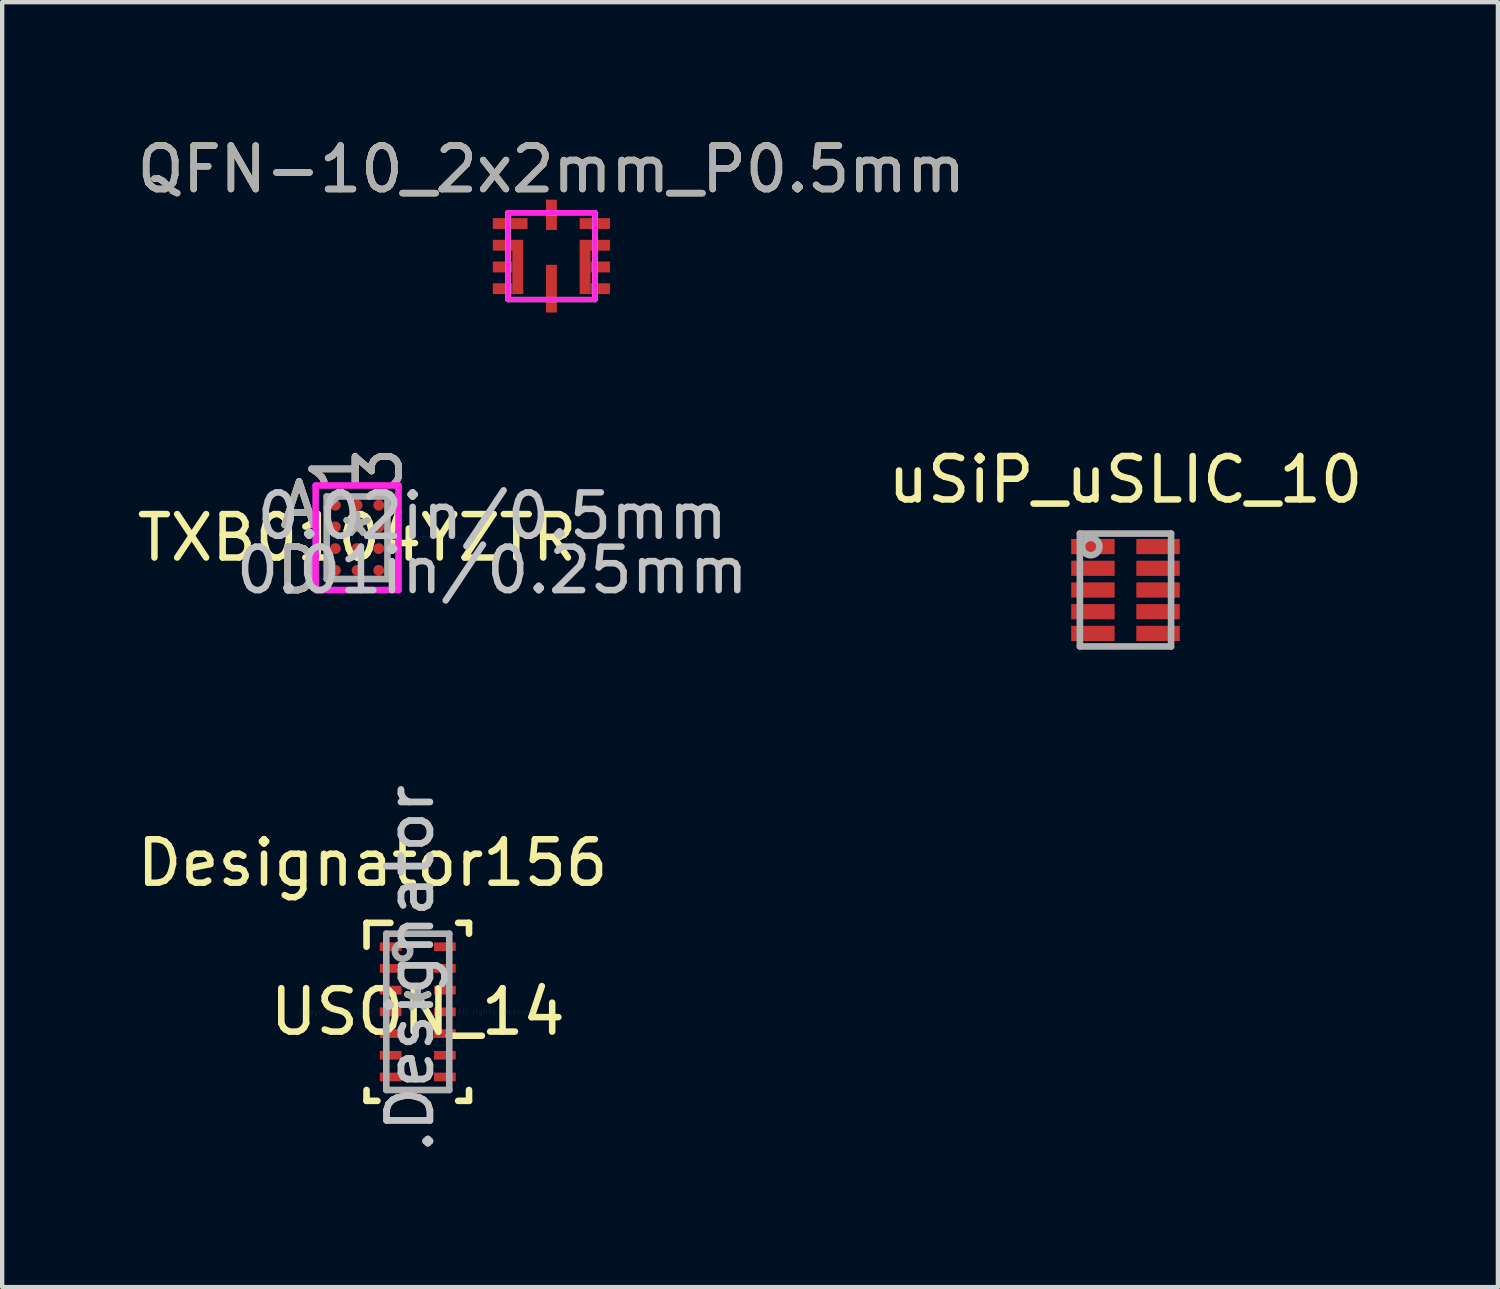
<source format=kicad_pcb>
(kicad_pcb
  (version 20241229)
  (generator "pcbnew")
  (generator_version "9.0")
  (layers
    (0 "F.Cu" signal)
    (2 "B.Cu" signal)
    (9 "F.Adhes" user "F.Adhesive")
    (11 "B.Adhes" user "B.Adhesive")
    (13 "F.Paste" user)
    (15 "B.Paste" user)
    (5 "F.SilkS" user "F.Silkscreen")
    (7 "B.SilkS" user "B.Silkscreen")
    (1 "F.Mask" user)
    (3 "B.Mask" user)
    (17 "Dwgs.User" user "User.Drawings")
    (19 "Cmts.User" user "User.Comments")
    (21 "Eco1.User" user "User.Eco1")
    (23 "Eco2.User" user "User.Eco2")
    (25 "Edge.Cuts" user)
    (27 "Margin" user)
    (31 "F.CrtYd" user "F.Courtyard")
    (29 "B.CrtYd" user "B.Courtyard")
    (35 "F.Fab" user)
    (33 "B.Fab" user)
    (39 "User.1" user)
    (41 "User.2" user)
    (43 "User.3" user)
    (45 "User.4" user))
  (footprint "QFN-10_2x2mm_P0.5mm"
    (layer "F.Cu")
    (at 9.649 2.848)
    (property "Reference" "QFN-10_2x2mm_P0.5mm" (at 0 -2 0) (layer "F.SilkS") (effects (font (size 1 1) (thickness 0.15))))
    (attr smd)
    (fp_line (start -1 -1) (end 1 -1) (stroke (width 0.12) (type solid)) (layer "F.SilkS"))
    (fp_line (start -1 1) (end -1 -1) (stroke (width 0.12) (type solid)) (layer "F.SilkS"))
    (fp_line (start 1 -1) (end 1 1) (stroke (width 0.12) (type solid)) (layer "F.SilkS"))
    (fp_line (start 1 1) (end -1 1) (stroke (width 0.12) (type solid)) (layer "F.SilkS"))
    (fp_line (start -1 -1) (end 1 -1) (stroke (width 0.12) (type solid)) (layer "F.CrtYd"))
    (fp_line (start -1 1) (end -1 -1) (stroke (width 0.12) (type solid)) (layer "F.CrtYd"))
    (fp_line (start 1 -1) (end 1 1) (stroke (width 0.12) (type solid)) (layer "F.CrtYd"))
    (fp_line (start 1 1) (end -1 1) (stroke (width 0.12) (type solid)) (layer "F.CrtYd"))
    (fp_line (start -1 -1) (end 1 -1) (stroke (width 0.12) (type solid)) (layer "F.Fab"))
    (fp_line (start -1 1) (end -1 -1) (stroke (width 0.12) (type solid)) (layer "F.Fab"))
    (fp_line (start 1 -1) (end 1 1) (stroke (width 0.12) (type solid)) (layer "F.Fab"))
    (fp_line (start 1 1) (end -1 1) (stroke (width 0.12) (type solid)) (layer "F.Fab"))
    (fp_text user "${REFERENCE}" (at 0 -2 0) (layer "F.Fab") (effects (font (size 1 1) (thickness 0.15))))
    (pad "1" smd rect (at -0.95 -0.75) (size 0.8 0.25) (layers "F.Cu" "F.Mask" "F.Paste"))
    (pad "2" smd custom (at -1.125 -0.25) (size 0.45 0.25) (layers "F.Cu" "F.Mask" "F.Paste") (options (anchor rect)) (primitives (gr_poly (pts (xy 0.225 1.125) (xy 0.475 1.125) (xy 0.475 -0.125) (xy 0.225 -0.125)) (width 0) (fill yes))))
    (pad "3" smd rect (at -1.125 0.25) (size 0.45 0.25) (layers "F.Cu" "F.Mask" "F.Paste"))
    (pad "4" smd rect (at -1.125 0.75) (size 0.45 0.25) (layers "F.Cu" "F.Mask" "F.Paste"))
    (pad "5" smd rect (at 0 0.75) (size 0.25 1.1) (layers "F.Cu" "F.Mask" "F.Paste"))
    (pad "6" smd rect (at 1.125 0.75) (size 0.45 0.25) (layers "F.Cu" "F.Mask" "F.Paste"))
    (pad "7" smd rect (at 1.125 0.25) (size 0.45 0.25) (layers "F.Cu" "F.Mask" "F.Paste"))
    (pad "8" smd custom (at 1.125 -0.25) (size 0.45 0.25) (layers "F.Cu" "F.Mask" "F.Paste") (options (anchor rect)) (primitives (gr_poly (pts (xy -0.225 1.125) (xy -0.475 1.125) (xy -0.475 -0.125) (xy -0.225 -0.125)) (width 0) (fill yes))))
    (pad "9" smd rect (at 1 -0.75) (size 0.7 0.25) (layers "F.Cu" "F.Mask" "F.Paste"))
    (pad "10" smd rect (at 0 -0.95) (size 0.25 0.7) (layers "F.Cu" "F.Mask" "F.Paste")))
  (footprint "TXB0104YZTR"
    (layer "F.Cu")
    (at 5.173 9.334)
    (property "Reference" "TXB0104YZTR" (at 0 0 0) (layer "F.SilkS") (effects (font (size 1 1) (thickness 0.15))))
    (attr through_hole)
    (fp_line (start -0.954 -1.204) (end 0.954 -1.204) (stroke (width 0.152) (type solid)) (layer "F.CrtYd"))
    (fp_line (start -0.954 1.204) (end -0.954 -1.204) (stroke (width 0.152) (type solid)) (layer "F.CrtYd"))
    (fp_line (start 0.954 -1.204) (end 0.954 1.204) (stroke (width 0.152) (type solid)) (layer "F.CrtYd"))
    (fp_line (start 0.954 1.204) (end -0.954 1.204) (stroke (width 0.152) (type solid)) (layer "F.CrtYd"))
    (fp_line (start -0.7 -0.95) (end -0.7 0.95) (stroke (width 0.152) (type solid)) (layer "F.Fab"))
    (fp_line (start -0.7 0.95) (end 0.7 0.95) (stroke (width 0.152) (type solid)) (layer "F.Fab"))
    (fp_line (start -0.45 -0.95) (end -0.7 -0.7) (stroke (width 0.152) (type solid)) (layer "F.Fab"))
    (fp_line (start 0.7 -0.95) (end -0.7 -0.95) (stroke (width 0.152) (type solid)) (layer "F.Fab"))
    (fp_line (start 0.7 0.95) (end 0.7 -0.95) (stroke (width 0.152) (type solid)) (layer "F.Fab"))
    (fp_text user "D" (at -1.335 0.75 0) (layer "F.SilkS") (effects (font (size 1 1) (thickness 0.15))))
    (fp_text user "1" (at -0.5 -1.585 90) (layer "F.SilkS") (effects (font (size 1 1) (thickness 0.15))))
    (fp_text user "*" (at 0 0 0) (layer "F.SilkS") (effects (font (size 1 1) (thickness 0.15))))
    (fp_text user "3" (at 0.5 -1.585 90) (layer "F.SilkS") (effects (font (size 1 1) (thickness 0.15))))
    (fp_text user "A" (at -1.335 -0.75 0) (layer "F.SilkS") (effects (font (size 1 1) (thickness 0.15))))
    (fp_text user "3" (at 0.5 -1.585 90) (layer "B.SilkS") (effects (font (size 1 1) (thickness 0.15))))
    (fp_text user "A" (at -1.335 -0.75 0) (layer "B.SilkS") (effects (font (size 1 1) (thickness 0.15))))
    (fp_text user "1" (at -0.5 -1.585 90) (layer "B.SilkS") (effects (font (size 1 1) (thickness 0.15))))
    (fp_text user "D" (at -1.335 0.75 0) (layer "B.SilkS") (effects (font (size 1 1) (thickness 0.15))))
    (fp_text user "0.02in/0.5mm" (at 3.113 -0.5 0) (layer "Dwgs.User") (effects (font (size 1 1) (thickness 0.15))))
    (fp_text user "0.01in/0.25mm" (at 3.113 0.75 0) (layer "Dwgs.User") (effects (font (size 1 1) (thickness 0.15))))
    (fp_text user "Copyright 2016 Accelerated Designs. All rights reserved." (at 0 0 0) (layer "Cmts.User") (effects (font (size 0.127 0.127) (thickness 0.002))))
    (fp_text user "3" (at 0.5 -1.585 90) (layer "F.Fab") (effects (font (size 1 1) (thickness 0.15))))
    (fp_text user "A" (at -1.335 -0.75 0) (layer "F.Fab") (effects (font (size 1 1) (thickness 0.15))))
    (fp_text user "D" (at -1.335 0.75 0) (layer "F.Fab") (effects (font (size 1 1) (thickness 0.15))))
    (fp_text user "*" (at 0 0 0) (layer "F.Fab") (effects (font (size 1 1) (thickness 0.15))))
    (fp_text user "1" (at -0.5 -1.585 90) (layer "F.Fab") (effects (font (size 1 1) (thickness 0.15))))
    (pad "A1" smd circle (at -0.5 -0.75) (size 0.25 0.25) (layers "F.Cu" "F.Mask" "F.Paste"))
    (pad "A2" smd circle (at 0 -0.75) (size 0.25 0.25) (layers "F.Cu" "F.Mask" "F.Paste"))
    (pad "A3" smd circle (at 0.5 -0.75) (size 0.25 0.25) (layers "F.Cu" "F.Mask" "F.Paste"))
    (pad "B1" smd circle (at -0.5 -0.25) (size 0.25 0.25) (layers "F.Cu" "F.Mask" "F.Paste"))
    (pad "B2" smd circle (at 0 -0.25) (size 0.25 0.25) (layers "F.Cu" "F.Mask" "F.Paste"))
    (pad "B3" smd circle (at 0.5 -0.25) (size 0.25 0.25) (layers "F.Cu" "F.Mask" "F.Paste"))
    (pad "C1" smd circle (at -0.5 0.25) (size 0.25 0.25) (layers "F.Cu" "F.Mask" "F.Paste"))
    (pad "C2" smd circle (at 0 0.25) (size 0.25 0.25) (layers "F.Cu" "F.Mask" "F.Paste"))
    (pad "C3" smd circle (at 0.5 0.25) (size 0.25 0.25) (layers "F.Cu" "F.Mask" "F.Paste"))
    (pad "D1" smd circle (at -0.5 0.75) (size 0.25 0.25) (layers "F.Cu" "F.Mask" "F.Paste"))
    (pad "D2" smd circle (at 0 0.75) (size 0.25 0.25) (layers "F.Cu" "F.Mask" "F.Paste"))
    (pad "D3" smd circle (at 0.5 0.75) (size 0.25 0.25) (layers "F.Cu" "F.Mask" "F.Paste")))
  (footprint "uSiP_uSLIC_10"
    (layer "F.Cu")
    (at 22.869 10.537)
    (property "Reference" "uSiP_uSLIC_10" (at 0 -2.54 0) (layer "F.SilkS") (effects (font (size 1 1) (thickness 0.15))))
    (attr through_hole)
    (fp_line (start -1.05 -1.3) (end 1.05 -1.3) (stroke (width 0.152) (type solid)) (layer "F.Fab"))
    (fp_line (start -1.05 1.3) (end -1.05 -1.3) (stroke (width 0.152) (type solid)) (layer "F.Fab"))
    (fp_line (start -1.05 1.3) (end 1.05 1.3) (stroke (width 0.152) (type solid)) (layer "F.Fab"))
    (fp_line (start 1.05 1.3) (end 1.05 -1.3) (stroke (width 0.152) (type solid)) (layer "F.Fab"))
    (fp_circle (center -0.8 -1) (end -0.6 -1) (stroke (width 0.152) (type solid)) (fill no) (layer "F.Fab"))
    (pad "1" smd rect (at -0.75 -1) (size 1 0.35) (layers "F.Cu" "F.Mask" "F.Paste"))
    (pad "2" smd rect (at -0.75 -0.5) (size 1 0.35) (layers "F.Cu" "F.Mask" "F.Paste"))
    (pad "3" smd rect (at -0.75 0) (size 1 0.35) (layers "F.Cu" "F.Mask" "F.Paste"))
    (pad "4" smd rect (at -0.75 0.5) (size 1 0.35) (layers "F.Cu" "F.Mask" "F.Paste"))
    (pad "5" smd rect (at -0.75 1) (size 1 0.35) (layers "F.Cu" "F.Mask" "F.Paste"))
    (pad "6" smd rect (at 0.75 1) (size 1 0.35) (layers "F.Cu" "F.Mask" "F.Paste"))
    (pad "7" smd rect (at 0.75 0.5) (size 1 0.35) (layers "F.Cu" "F.Mask" "F.Paste"))
    (pad "8" smd rect (at 0.75 0) (size 1 0.35) (layers "F.Cu" "F.Mask" "F.Paste"))
    (pad "9" smd rect (at 0.75 -0.5) (size 1 0.35) (layers "F.Cu" "F.Mask" "F.Paste"))
    (pad "10" smd rect (at 0.75 -1) (size 1 0.35) (layers "F.Cu" "F.Mask" "F.Paste")))
  (footprint "USON_14"
    (layer "F.Cu")
    (at 6.571 20.252)
    (property "Reference" "USON_14" (at 0 0 0) (layer "F.SilkS") (effects (font (size 1 1) (thickness 0.15))))
    (attr through_hole)
    (fp_line (start -1.18 -1.5) (end -1.18 -2.05) (stroke (width 0.152) (type solid)) (layer "F.SilkS"))
    (fp_line (start -1.18 -2.05) (end -0.63 -2.05) (stroke (width 0.152) (type solid)) (layer "F.SilkS"))
    (fp_line (start -1.18 2.05) (end -1.18 1.8) (stroke (width 0.152) (type solid)) (layer "F.SilkS"))
    (fp_line (start -1.18 2.05) (end -0.93 2.05) (stroke (width 0.152) (type solid)) (layer "F.SilkS"))
    (fp_line (start 0.93 2.05) (end 1.18 2.05) (stroke (width 0.152) (type solid)) (layer "F.SilkS"))
    (fp_line (start 0.93 -2.05) (end 1.18 -2.05) (stroke (width 0.152) (type solid)) (layer "F.SilkS"))
    (fp_line (start 1.18 -1.8) (end 1.18 -2.05) (stroke (width 0.152) (type solid)) (layer "F.SilkS"))
    (fp_line (start 1.18 2.05) (end 1.18 1.8) (stroke (width 0.152) (type solid)) (layer "F.SilkS"))
    (fp_line (start -0.725 -1.8) (end 0.725 -1.8) (stroke (width 0.152) (type solid)) (layer "F.Fab"))
    (fp_line (start -0.725 1.8) (end -0.725 -1.8) (stroke (width 0.152) (type solid)) (layer "F.Fab"))
    (fp_line (start -0.725 1.8) (end 0.725 1.8) (stroke (width 0.152) (type solid)) (layer "F.Fab"))
    (fp_line (start 0.725 1.8) (end 0.725 -1.8) (stroke (width 0.152) (type solid)) (layer "F.Fab"))
    (fp_circle (center -0.35 -1.4) (end -0.173 -1.4) (stroke (width 0.152) (type solid)) (fill no) (layer "F.Fab"))
    (fp_text user "Designator156" (at -1.041 -3.429 0) (layer "F.SilkS") (effects (font (size 1 1) (thickness 0.15))))
    (fp_text user "*" (at 0 0 0) (layer "F.SilkS") (effects (font (size 1 1) (thickness 0.15))))
    (fp_text user ".Designator" (at -0.175 -1 270) (layer "Dwgs.User") (effects (font (size 1 1) (thickness 0.15))))
    (fp_text user "Copyright 2016 Accelerated Designs. All rights reserved." (at 0 0 0) (layer "Cmts.User") (effects (font (size 0.127 0.127) (thickness 0.002))))
    (fp_text user "*" (at 0 0 0) (layer "F.Fab") (effects (font (size 1 1) (thickness 0.15))))
    (fp_text user ".Designator" (at -0.175 -1 270) (layer "F.Fab") (effects (font (size 1 1) (thickness 0.15))))
    (pad "1" smd rect (at -0.625 -1.5 90) (size 0.2 0.5) (layers "F.Cu" "F.Mask" "F.Paste"))
    (pad "2" smd rect (at -0.625 -1 90) (size 0.2 0.5) (layers "F.Cu" "F.Mask" "F.Paste"))
    (pad "3" smd rect (at -0.625 -0.5 90) (size 0.2 0.5) (layers "F.Cu" "F.Mask" "F.Paste"))
    (pad "4" smd rect (at -0.625 0 90) (size 0.2 0.5) (layers "F.Cu" "F.Mask" "F.Paste"))
    (pad "5" smd rect (at -0.625 0.5 90) (size 0.2 0.5) (layers "F.Cu" "F.Mask" "F.Paste"))
    (pad "6" smd rect (at -0.625 1 90) (size 0.2 0.5) (layers "F.Cu" "F.Mask" "F.Paste"))
    (pad "7" smd rect (at -0.625 1.5 90) (size 0.2 0.5) (layers "F.Cu" "F.Mask" "F.Paste"))
    (pad "8" smd rect (at 0.625 1.5 90) (size 0.2 0.5) (layers "F.Cu" "F.Mask" "F.Paste"))
    (pad "9" smd rect (at 0.625 1 90) (size 0.2 0.5) (layers "F.Cu" "F.Mask" "F.Paste"))
    (pad "10" smd rect (at 0.625 0.5 90) (size 0.2 0.5) (layers "F.Cu" "F.Mask" "F.Paste"))
    (pad "11" smd rect (at 0.625 0 90) (size 0.2 0.5) (layers "F.Cu" "F.Mask" "F.Paste"))
    (pad "12" smd rect (at 0.625 -0.5 90) (size 0.2 0.5) (layers "F.Cu" "F.Mask" "F.Paste"))
    (pad "13" smd rect (at 0.625 -1 90) (size 0.2 0.5) (layers "F.Cu" "F.Mask" "F.Paste"))
    (pad "14" smd rect (at 0.625 -1.5 90) (size 0.2 0.5) (layers "F.Cu" "F.Mask" "F.Paste")))
  (gr_rect
    (start -3 -3)
    (end 31.446 26.591)
    (stroke (width 0.1) (type default))
    (fill no)
    (layer "Edge.Cuts")))
</source>
